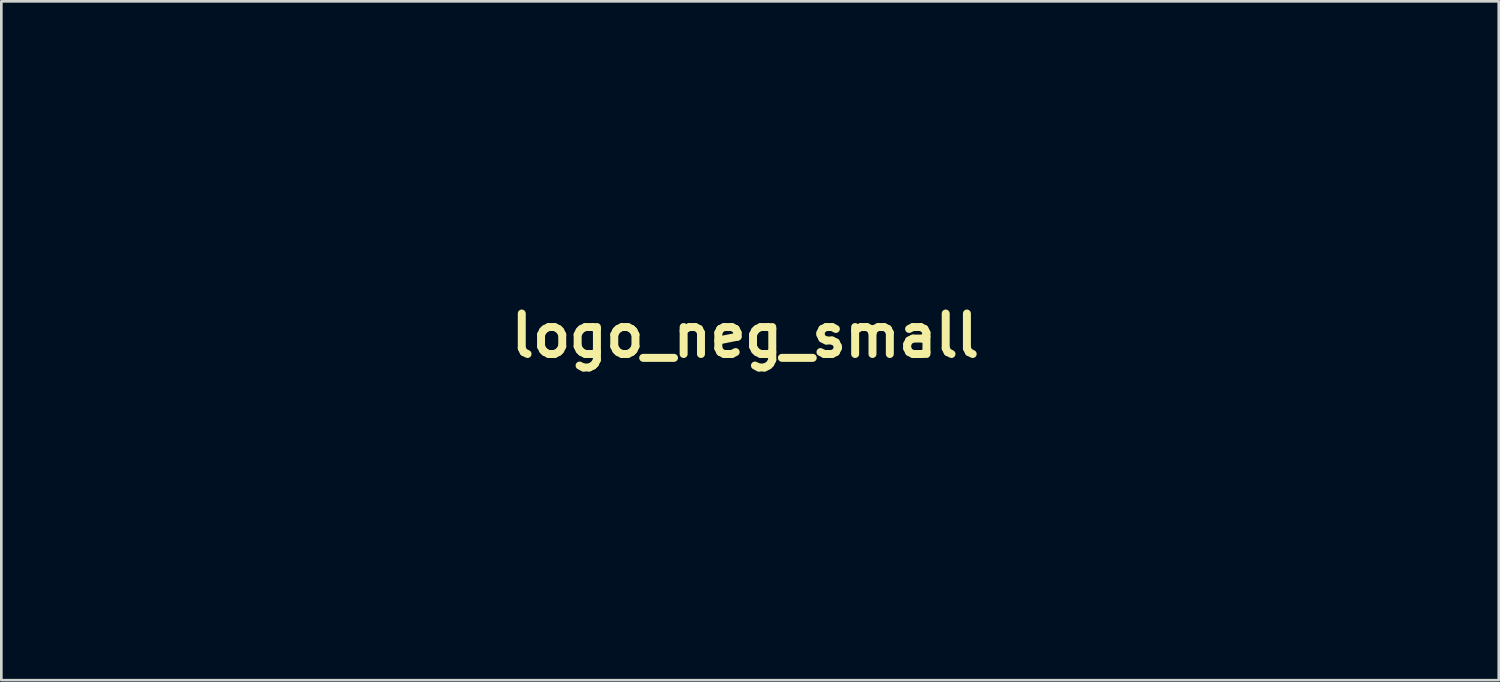
<source format=kicad_pcb>
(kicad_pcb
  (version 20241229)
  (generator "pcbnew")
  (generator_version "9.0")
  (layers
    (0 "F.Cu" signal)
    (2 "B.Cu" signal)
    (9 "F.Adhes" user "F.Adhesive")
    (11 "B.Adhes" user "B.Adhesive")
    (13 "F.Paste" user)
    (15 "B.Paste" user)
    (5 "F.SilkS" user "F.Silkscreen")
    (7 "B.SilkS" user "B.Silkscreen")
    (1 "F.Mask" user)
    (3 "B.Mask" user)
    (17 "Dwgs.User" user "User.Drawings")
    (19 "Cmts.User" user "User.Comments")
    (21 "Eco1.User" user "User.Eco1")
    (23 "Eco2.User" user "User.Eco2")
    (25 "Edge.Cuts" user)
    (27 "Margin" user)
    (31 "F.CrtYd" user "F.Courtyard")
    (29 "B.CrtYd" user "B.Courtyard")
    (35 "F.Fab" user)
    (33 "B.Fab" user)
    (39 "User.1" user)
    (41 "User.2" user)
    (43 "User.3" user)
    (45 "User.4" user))
  (footprint "logo_neg_small"
    (layer "F.Cu")
    (at 25.018 9.592)
    (property "Reference" "logo_neg_small" (at 0 0 0) (layer "F.SilkS") (effects (font (size 1.524 1.524) (thickness 0.3))))
    (attr through_hole)
    (fp_poly (pts (xy 6.585 -7.644) (xy 6.627 -7.225) (xy 6.585 -7.173) (xy 6.375 -7.222) (xy 6.35 -7.408) (xy 6.479 -7.699) (xy 6.585 -7.644)) (stroke (width 0.01) (type solid)) (fill no) (layer "Eco2.User"))
    (fp_poly (pts (xy 8.702 9.29) (xy 8.653 9.5) (xy 8.467 9.525) (xy 8.176 9.396) (xy 8.231 9.29) (xy 8.65 9.248) (xy 8.702 9.29)) (stroke (width 0.01) (type solid)) (fill no) (layer "Eco2.User"))
    (fp_poly (pts (xy 12.582 3.998) (xy 12.534 4.208) (xy 12.347 4.233) (xy 12.057 4.104) (xy 12.112 3.998) (xy 12.531 3.956) (xy 12.582 3.998)) (stroke (width 0.01) (type solid)) (fill no) (layer "Eco2.User"))
    (fp_poly (pts (xy 7.347 -0.776) (xy 7.408 -0.529) (xy 7.126 -0.061) (xy 6.879 0) (xy 6.411 -0.282) (xy 6.35 -0.529) (xy 6.632 -0.997) (xy 6.879 -1.058) (xy 7.347 -0.776)) (stroke (width 0.01) (type solid)) (fill no) (layer "Eco2.User"))
    (fp_poly (pts (xy 8.074 -6.77) (xy 8.114 -6.526) (xy 7.923 -6.057) (xy 7.761 -5.997) (xy 7.448 -6.283) (xy 7.408 -6.526) (xy 7.599 -6.996) (xy 7.761 -7.056) (xy 8.074 -6.77)) (stroke (width 0.01) (type solid)) (fill no) (layer "Eco2.User"))
    (fp_poly (pts (xy 9.666 -5.871) (xy 9.701 -5.649) (xy 9.407 -5.154) (xy 9.052 -5) (xy 8.56 -5.073) (xy 8.528 -5.524) (xy 8.841 -6.03) (xy 9.319 -6.156) (xy 9.666 -5.871)) (stroke (width 0.01) (type solid)) (fill no) (layer "Eco2.User"))
    (fp_poly (pts (xy 9.818 7.952) (xy 9.878 8.114) (xy 9.592 8.427) (xy 9.349 8.467) (xy 8.879 8.276) (xy 8.819 8.114) (xy 9.105 7.801) (xy 9.349 7.761) (xy 9.818 7.952)) (stroke (width 0.01) (type solid)) (fill no) (layer "Eco2.User"))
    (fp_poly (pts (xy 10.462 -0.842) (xy 10.407 -0.706) (xy 10.09 -0.369) (xy 10.033 -0.353) (xy 9.882 -0.626) (xy 9.878 -0.706) (xy 10.149 -1.045) (xy 10.251 -1.058) (xy 10.462 -0.842)) (stroke (width 0.01) (type solid)) (fill no) (layer "Eco2.User"))
    (fp_poly (pts (xy 10.922 -4.33) (xy 10.936 -4.233) (xy 10.816 -3.89) (xy 10.781 -3.881) (xy 10.479 -4.128) (xy 10.407 -4.233) (xy 10.435 -4.558) (xy 10.563 -4.586) (xy 10.922 -4.33)) (stroke (width 0.01) (type solid)) (fill no) (layer "Eco2.User"))
    (fp_poly (pts (xy 15.108 -8.89) (xy 15.169 -8.643) (xy 14.887 -8.175) (xy 14.64 -8.114) (xy 14.173 -8.396) (xy 14.111 -8.643) (xy 14.393 -9.111) (xy 14.64 -9.172) (xy 15.108 -8.89)) (stroke (width 0.01) (type solid)) (fill no) (layer "Eco2.User"))
    (fp_poly (pts (xy 15.11 8.999) (xy 15.169 9.151) (xy 14.936 9.612) (xy 14.484 9.722) (xy 14.337 9.633) (xy 14.122 9.121) (xy 14.5 8.83) (xy 14.64 8.819) (xy 15.11 8.999)) (stroke (width 0.01) (type solid)) (fill no) (layer "Eco2.User"))
    (fp_poly (pts (xy 15.159 -5.729) (xy 15.169 -5.644) (xy 14.901 -5.302) (xy 14.817 -5.292) (xy 14.474 -5.56) (xy 14.464 -5.644) (xy 14.732 -5.987) (xy 14.817 -5.997) (xy 15.159 -5.729)) (stroke (width 0.01) (type solid)) (fill no) (layer "Eco2.User"))
    (fp_poly (pts (xy 15.159 6.971) (xy 15.169 7.056) (xy 14.901 7.398) (xy 14.817 7.408) (xy 14.474 7.14) (xy 14.464 7.056) (xy 14.732 6.713) (xy 14.817 6.703) (xy 15.159 6.971)) (stroke (width 0.01) (type solid)) (fill no) (layer "Eco2.User"))
    (fp_poly (pts (xy 16.581 -2.999) (xy 16.917 -2.682) (xy 16.933 -2.625) (xy 16.66 -2.473) (xy 16.581 -2.469) (xy 16.241 -2.741) (xy 16.228 -2.843) (xy 16.444 -3.054) (xy 16.581 -2.999)) (stroke (width 0.01) (type solid)) (fill no) (layer "Eco2.User"))
    (fp_poly (pts (xy 18.283 -3.951) (xy 18.344 -3.704) (xy 18.13 -3.218) (xy 17.642 -3.306) (xy 17.521 -3.41) (xy 17.297 -3.927) (xy 17.664 -4.222) (xy 17.815 -4.233) (xy 18.283 -3.951)) (stroke (width 0.01) (type solid)) (fill no) (layer "Eco2.User"))
    (fp_poly (pts (xy 9.924 5.353) (xy 10.054 5.816) (xy 9.795 6.419) (xy 9.227 6.674) (xy 8.714 6.48) (xy 8.504 5.951) (xy 8.467 5.561) (xy 8.657 5.057) (xy 9.26 5.003) (xy 9.924 5.353)) (stroke (width 0.01) (type solid)) (fill no) (layer "Eco2.User"))
    (fp_poly (pts (xy 14.76 3.7) (xy 14.856 3.779) (xy 15.054 4.336) (xy 14.797 4.827) (xy 14.464 4.939) (xy 14.011 4.682) (xy 13.916 4.555) (xy 13.875 4.017) (xy 14.248 3.656) (xy 14.76 3.7)) (stroke (width 0.01) (type solid)) (fill no) (layer "Eco2.User"))
    (fp_poly (pts (xy 8.026 -9.107) (xy 8.782 -8.851) (xy 8.996 -8.29) (xy 8.762 -7.713) (xy 8.026 -7.473) (xy 7.323 -7.486) (xy 7.076 -7.882) (xy 7.056 -8.29) (xy 7.154 -8.952) (xy 7.596 -9.137) (xy 8.026 -9.107)) (stroke (width 0.01) (type solid)) (fill no) (layer "Eco2.User"))
    (fp_poly (pts (xy -6.113 3.799) (xy -6.045 4.497) (xy -6.062 4.788) (xy -6.223 5.678) (xy -6.48 6.201) (xy -6.544 6.241) (xy -6.771 6.025) (xy -6.783 5.235) (xy -6.77 5.118) (xy -6.571 4.154) (xy -6.32 3.699) (xy -6.113 3.799)) (stroke (width 0.01) (type solid)) (fill no) (layer "Eco2.User"))
    (fp_poly (pts (xy 8.158 6.79) (xy 8.434 7.203) (xy 8.467 7.761) (xy 8.379 8.511) (xy 7.967 8.787) (xy 7.408 8.819) (xy 6.659 8.732) (xy 6.382 8.32) (xy 6.35 7.761) (xy 6.437 7.011) (xy 6.85 6.735) (xy 7.408 6.703) (xy 8.158 6.79)) (stroke (width 0.01) (type solid)) (fill no) (layer "Eco2.User"))
    (fp_poly (pts (xy 13.802 0.793) (xy 14.079 1.205) (xy 14.111 1.764) (xy 14.024 2.514) (xy 13.611 2.79) (xy 13.053 2.822) (xy 12.303 2.735) (xy 12.027 2.322) (xy 11.994 1.764) (xy 12.082 1.014) (xy 12.494 0.738) (xy 13.053 0.706) (xy 13.802 0.793)) (stroke (width 0.01) (type solid)) (fill no) (layer "Eco2.User"))
    (fp_poly (pts (xy 18.256 -2.757) (xy 19.012 -2.505) (xy 19.316 -1.837) (xy 19.338 -1.676) (xy 19.335 -0.997) (xy 18.975 -0.74) (xy 18.368 -0.706) (xy 17.608 -0.788) (xy 17.323 -1.183) (xy 17.286 -1.787) (xy 17.359 -2.536) (xy 17.708 -2.782) (xy 18.256 -2.757)) (stroke (width 0.01) (type solid)) (fill no) (layer "Eco2.User"))
    (fp_poly (pts (xy -7.775 3.84) (xy -7.917 4.453) (xy -8.171 5.099) (xy -8.581 5.828) (xy -8.858 5.882) (xy -9.02 5.249) (xy -9.064 4.684) (xy -9.06 3.889) (xy -8.918 3.746) (xy -8.8 3.892) (xy -8.476 4.23) (xy -8.157 3.937) (xy -8.119 3.881) (xy -7.84 3.6) (xy -7.775 3.84)) (stroke (width 0.01) (type solid)) (fill no) (layer "Eco2.User"))
    (fp_poly (pts (xy 0.534 -2.176) (xy 0.691 -1.472) (xy 0.74 -0.471) (xy 0.686 0.63) (xy 0.532 1.631) (xy 0.283 2.332) (xy 0.16 2.483) (xy -0.117 2.643) (xy -0.269 2.469) (xy -0.319 1.846) (xy -0.293 0.658) (xy -0.281 0.35) (xy -0.158 -1.201) (xy 0.057 -2.127) (xy 0.265 -2.382) (xy 0.534 -2.176)) (stroke (width 0.01) (type solid)) (fill no) (layer "Eco2.User"))
    (fp_poly (pts (xy 12.08 -8.046) (xy 13.176 -7.829) (xy 13.698 -7.305) (xy 13.725 -6.355) (xy 13.606 -5.793) (xy 13.304 -5.184) (xy 12.664 -4.956) (xy 12.223 -4.939) (xy 11.354 -5.004) (xy 10.833 -5.161) (xy 10.819 -5.174) (xy 10.667 -5.65) (xy 10.587 -6.533) (xy 10.583 -6.782) (xy 10.583 -8.154) (xy 12.08 -8.046)) (stroke (width 0.01) (type solid)) (fill no) (layer "Eco2.User"))
    (fp_poly (pts (xy 12.432 5.712) (xy 13.529 5.929) (xy 14.051 6.454) (xy 14.078 7.404) (xy 13.959 7.965) (xy 13.657 8.575) (xy 13.016 8.802) (xy 12.576 8.819) (xy 11.706 8.755) (xy 11.186 8.597) (xy 11.171 8.584) (xy 11.02 8.109) (xy 10.94 7.225) (xy 10.936 6.976) (xy 10.936 5.604) (xy 12.432 5.712)) (stroke (width 0.01) (type solid)) (fill no) (layer "Eco2.User"))
    (fp_poly (pts (xy 9.37 -4.196) (xy 9.772 -3.965) (xy 9.875 -3.363) (xy 9.878 -2.999) (xy 9.835 -2.208) (xy 9.571 -1.857) (xy 8.883 -1.767) (xy 8.467 -1.764) (xy 7.563 -1.801) (xy 7.162 -2.032) (xy 7.059 -2.634) (xy 7.056 -2.999) (xy 7.098 -3.789) (xy 7.362 -4.14) (xy 8.05 -4.231) (xy 8.467 -4.233) (xy 9.37 -4.196)) (stroke (width 0.01) (type solid)) (fill no) (layer "Eco2.User"))
    (fp_poly (pts (xy 4.658 3.865) (xy 4.938 4.528) (xy 4.939 4.575) (xy 4.681 5.125) (xy 4.109 5.302) (xy 3.523 5.075) (xy 3.293 4.739) (xy 3.299 4.389) (xy 3.881 4.389) (xy 4.065 4.872) (xy 4.233 4.939) (xy 4.576 4.686) (xy 4.586 4.607) (xy 4.33 4.129) (xy 4.233 4.057) (xy 3.931 4.137) (xy 3.881 4.389) (xy 3.299 4.389) (xy 3.304 4.057) (xy 3.457 3.81) (xy 4.073 3.578) (xy 4.658 3.865)) (stroke (width 0.01) (type solid)) (fill no) (layer "Eco2.User"))
    (fp_poly (pts (xy -11.019 3.024) (xy -10.486 3.463) (xy -10.116 3.641) (xy -9.629 4.112) (xy -9.591 4.493) (xy -9.966 5.051) (xy -10.594 5.253) (xy -11.042 5.069) (xy -11.203 4.607) (xy -10.936 4.607) (xy -10.667 4.929) (xy -10.583 4.939) (xy -10.274 4.652) (xy -10.231 4.389) (xy -10.402 4.024) (xy -10.583 4.057) (xy -10.923 4.508) (xy -10.936 4.607) (xy -11.203 4.607) (xy -11.215 4.571) (xy -11.283 3.734) (xy -11.211 3.099) (xy -11.043 2.994) (xy -11.019 3.024)) (stroke (width 0.01) (type solid)) (fill no) (layer "Eco2.User"))
    (fp_poly (pts (xy 25.299 -1.66) (xy 25.351 -1.007) (xy 25.37 -0.151) (xy 25.121 2.51) (xy 24.285 4.801) (xy 22.845 6.764) (xy 22.808 6.802) (xy 20.902 8.399) (xy 18.836 9.382) (xy 17.352 9.732) (xy 15.875 9.968) (xy 15.875 6.516) (xy 17.604 5.901) (xy 19.278 5.024) (xy 20.635 3.766) (xy 21.516 2.292) (xy 21.718 1.595) (xy 21.963 0.746) (xy 22.387 0.4) (xy 22.882 0.347) (xy 24.021 0.155) (xy 24.719 -0.499) (xy 25.032 -1.265) (xy 25.2 -1.724) (xy 25.299 -1.66)) (stroke (width 0.01) (type solid)) (fill no) (layer "Eco2.User"))
    (fp_poly (pts (xy 17.374 -9.337) (xy 18.71 -9) (xy 20.025 -8.501) (xy 20.187 -8.422) (xy 21.121 -7.84) (xy 22.134 -7.046) (xy 23.061 -6.192) (xy 23.735 -5.433) (xy 23.989 -4.927) (xy 23.674 -4.722) (xy 22.879 -4.601) (xy 22.43 -4.586) (xy 21.364 -4.55) (xy 20.563 -4.46) (xy 20.402 -4.42) (xy 19.782 -4.485) (xy 19.237 -4.78) (xy 18.43 -5.224) (xy 17.361 -5.622) (xy 17.209 -5.665) (xy 16.422 -5.911) (xy 16.028 -6.241) (xy 15.891 -6.873) (xy 15.875 -7.806) (xy 15.875 -9.587) (xy 17.374 -9.337)) (stroke (width 0.01) (type solid)) (fill no) (layer "Eco2.User"))
    (fp_poly (pts (xy -21.266 -2.438) (xy -21.212 -2.238) (xy -21.393 -1.716) (xy -21.838 -0.714) (xy -21.864 -0.656) (xy -22.293 0.489) (xy -22.544 1.546) (xy -22.57 1.852) (xy -22.712 2.635) (xy -23.084 2.806) (xy -23.401 2.587) (xy -23.585 2.083) (xy -23.636 1.515) (xy -23.795 0.675) (xy -24.192 -0.392) (xy -24.342 -0.706) (xy -24.833 -1.709) (xy -25.013 -2.24) (xy -24.911 -2.444) (xy -24.703 -2.469) (xy -24.338 -2.184) (xy -23.855 -1.475) (xy -23.717 -1.219) (xy -23.076 0.031) (xy -22.48 -1.219) (xy -22.017 -2.016) (xy -21.606 -2.446) (xy -21.525 -2.469) (xy -21.266 -2.438)) (stroke (width 0.01) (type solid)) (fill no) (layer "Eco2.User"))
    (fp_poly (pts (xy 2.354 3.295) (xy 2.557 3.782) (xy 2.625 4.492) (xy 2.554 5.099) (xy 2.393 5.292) (xy 2.133 5.013) (xy 2.117 4.868) (xy 2.013 4.623) (xy 1.693 4.868) (xy 1.05 5.252) (xy 0.526 5.173) (xy 0.353 4.763) (xy 0.706 4.763) (xy 0.882 4.939) (xy 1.058 4.763) (xy 0.882 4.586) (xy 0.706 4.763) (xy 0.353 4.763) (xy 0.59 4.291) (xy 0.794 4.228) (xy 0.977 4.106) (xy 0.706 3.881) (xy 0.36 3.605) (xy 0.638 3.535) (xy 0.723 3.533) (xy 1.446 3.762) (xy 1.693 3.951) (xy 2.029 4.149) (xy 2.117 3.716) (xy 2.216 3.281) (xy 2.354 3.295)) (stroke (width 0.01) (type solid)) (fill no) (layer "Eco2.User"))
    (fp_poly (pts (xy -11.13 -2.088) (xy -10.901 -1.908) (xy -10.353 -0.988) (xy -10.222 0.205) (xy -10.502 1.381) (xy -11.003 2.103) (xy -12.13 2.716) (xy -13.391 2.721) (xy -14.458 2.193) (xy -15.099 1.265) (xy -15.291 0.071) (xy -14.264 0.071) (xy -13.998 1.127) (xy -13.66 1.676) (xy -12.964 2.079) (xy -12.118 1.972) (xy -11.712 1.693) (xy -11.352 0.946) (xy -11.278 -0.071) (xy -11.469 -1.056) (xy -11.902 -1.709) (xy -11.969 -1.75) (xy -12.896 -1.959) (xy -13.637 -1.624) (xy -14.119 -0.896) (xy -14.264 0.071) (xy -15.291 0.071) (xy -15.292 0.064) (xy -15.029 -1.13) (xy -14.558 -1.827) (xy -13.516 -2.418) (xy -12.273 -2.508) (xy -11.13 -2.088)) (stroke (width 0.01) (type solid)) (fill no) (layer "Eco2.User"))
    (fp_poly (pts (xy -17.64 -2.232) (xy -17.527 -2.028) (xy -17.306 -1.49) (xy -16.911 -0.514) (xy -16.457 0.617) (xy -16.021 1.855) (xy -15.88 2.603) (xy -16.021 2.814) (xy -16.433 2.44) (xy -16.789 1.94) (xy -17.632 1.196) (xy -18.328 1.058) (xy -19.225 1.311) (xy -19.691 1.94) (xy -20.124 2.599) (xy -20.517 2.814) (xy -20.706 2.559) (xy -20.626 2.082) (xy -19.982 0.319) (xy -19.871 0.089) (xy -18.857 0.089) (xy -18.691 0.326) (xy -18.337 0.353) (xy -17.779 0.241) (xy -17.664 0.088) (xy -17.802 -0.432) (xy -17.945 -0.827) (xy -18.158 -1.216) (xy -18.382 -1.041) (xy -18.618 -0.563) (xy -18.857 0.089) (xy -19.871 0.089) (xy -19.31 -1.062) (xy -18.662 -1.993) (xy -18.088 -2.406) (xy -17.64 -2.232)) (stroke (width 0.01) (type solid)) (fill no) (layer "Eco2.User"))
    (fp_poly (pts (xy -5.53 -2.321) (xy -5.365 -1.79) (xy -5.298 -0.744) (xy -5.292 -0.071) (xy -5.39 1.619) (xy -5.696 2.67) (xy -6.224 3.124) (xy -6.509 3.147) (xy -6.68 3.055) (xy -6.51 2.965) (xy -6.3 2.549) (xy -6.269 1.729) (xy -6.284 1.582) (xy -6.454 0.749) (xy -6.83 0.41) (xy -7.447 0.353) (xy -8.127 0.423) (xy -8.41 0.775) (xy -8.467 1.617) (xy -8.566 2.509) (xy -8.871 2.744) (xy -8.908 2.734) (xy -9.184 2.283) (xy -9.326 1.152) (xy -9.349 0.176) (xy -9.283 -1.354) (xy -9.085 -2.2) (xy -8.908 -2.381) (xy -8.563 -2.209) (xy -8.467 -1.617) (xy -8.358 -0.967) (xy -7.889 -0.729) (xy -7.408 -0.706) (xy -6.652 -0.8) (xy -6.375 -1.204) (xy -6.35 -1.587) (xy -6.166 -2.297) (xy -5.821 -2.469) (xy -5.53 -2.321)) (stroke (width 0.01) (type solid)) (fill no) (layer "Eco2.User"))
    (fp_poly (pts (xy 4.115 -2.18) (xy 4.528 -1.373) (xy 4.747 -0.576) (xy 4.969 -0.194) (xy 5.21 0.384) (xy 5.292 1.116) (xy 5.003 2.05) (xy 4.278 2.639) (xy 3.334 2.815) (xy 2.384 2.509) (xy 1.995 2.177) (xy 1.554 1.212) (xy 1.464 0.262) (xy 2.159 0.262) (xy 2.338 0.887) (xy 2.461 1.212) (xy 2.977 1.96) (xy 3.64 2.046) (xy 4.233 1.587) (xy 4.436 0.932) (xy 4.075 0.355) (xy 3.289 0.025) (xy 2.955 0) (xy 2.338 0.032) (xy 2.159 0.262) (xy 1.464 0.262) (xy 1.411 -0.304) (xy 1.449 -1.294) (xy 2.178 -1.294) (xy 2.236 -0.822) (xy 2.779 -0.752) (xy 2.879 -0.765) (xy 3.515 -1.048) (xy 3.704 -1.411) (xy 3.457 -1.843) (xy 2.916 -1.921) (xy 2.385 -1.669) (xy 2.178 -1.294) (xy 1.449 -1.294) (xy 1.454 -1.419) (xy 1.634 -2.036) (xy 2.027 -2.361) (xy 2.205 -2.435) (xy 3.276 -2.565) (xy 4.115 -2.18)) (stroke (width 0.01) (type solid)) (fill no) (layer "Eco2.User"))
    (fp_poly (pts (xy 24.342 -0.353) (xy 22.632 -0.353) (xy 21.199 -0.194) (xy 20.304 0.347) (xy 19.855 1.365) (xy 19.756 2.604) (xy 19.756 4.27) (xy 17.903 4.164) (xy 16.051 4.057) (xy 15.941 2.302) (xy 15.804 1.187) (xy 15.583 0.337) (xy 15.456 0.097) (xy 14.856 -0.192) (xy 13.854 -0.33) (xy 12.737 -0.314) (xy 11.793 -0.147) (xy 11.355 0.097) (xy 11.115 0.696) (xy 10.926 1.711) (xy 10.87 2.302) (xy 10.76 4.057) (xy 8.889 4.164) (xy 7.017 4.272) (xy 7.125 2.4) (xy 7.232 0.529) (xy 8.813 0.417) (xy 10.137 0.222) (xy 10.9 -0.205) (xy 11.236 -0.986) (xy 11.289 -1.778) (xy 11.352 -3.07) (xy 11.627 -3.811) (xy 12.246 -4.149) (xy 13.339 -4.233) (xy 13.443 -4.233) (xy 15.169 -4.233) (xy 15.169 -2.524) (xy 15.334 -1.079) (xy 15.889 -0.18) (xy 16.925 0.264) (xy 18.064 0.353) (xy 19.254 0.256) (xy 19.975 -0.128) (xy 20.357 -0.936) (xy 20.527 -2.302) (xy 20.637 -4.057) (xy 22.49 -4.164) (xy 24.342 -4.27) (xy 24.342 -0.353)) (stroke (width 0.01) (type solid)) (fill no) (layer "Eco2.User"))
    (fp_poly (pts (xy -4.03 -2.306) (xy -3.881 -1.607) (xy -3.881 -1.587) (xy -3.833 -0.94) (xy -3.6 -0.766) (xy -3.044 -1.055) (xy -2.459 -1.474) (xy -1.67 -1.919) (xy -1.185 -1.965) (xy -1.123 -1.676) (xy -1.607 -1.116) (xy -1.676 -1.06) (xy -2.252 -0.532) (xy -2.404 -0.074) (xy -2.124 0.532) (xy -1.586 1.268) (xy -1.085 2.074) (xy -1 2.58) (xy -1.057 2.645) (xy -1.397 3.093) (xy -1.205 3.465) (xy -0.92 3.528) (xy -0.397 3.818) (xy -0.113 4.446) (xy -0.196 4.971) (xy -0.675 5.24) (xy -1.079 5.292) (xy -1.546 5.151) (xy -1.739 4.608) (xy -1.739 4.607) (xy -1.411 4.607) (xy -1.142 4.929) (xy -1.058 4.939) (xy -0.749 4.652) (xy -0.706 4.389) (xy -0.877 4.024) (xy -1.058 4.057) (xy -1.398 4.508) (xy -1.411 4.607) (xy -1.739 4.607) (xy -1.764 4.01) (xy -1.903 3.078) (xy -2.254 2.075) (xy -2.717 1.194) (xy -3.193 0.627) (xy -3.558 0.548) (xy -3.797 1.033) (xy -3.866 1.86) (xy -3.757 2.684) (xy -3.611 3.024) (xy -3.075 3.467) (xy -2.734 3.631) (xy -2.212 4.094) (xy -2.183 4.712) (xy -2.65 5.166) (xy -3.346 5.136) (xy -3.709 4.935) (xy -4.143 4.701) (xy -4.233 4.896) (xy -4.528 5.217) (xy -4.939 5.292) (xy -5.512 5.151) (xy -5.644 4.956) (xy -5.488 4.704) (xy -5.174 4.704) (xy -5.126 4.913) (xy -4.939 4.939) (xy -4.649 4.81) (xy -4.704 4.704) (xy -5.122 4.661) (xy -5.174 4.704) (xy -5.488 4.704) (xy -5.376 4.524) (xy -5.306 4.471) (xy -3.378 4.471) (xy -3.096 4.855) (xy -2.801 4.939) (xy -2.476 4.702) (xy -2.469 4.645) (xy -2.7 4.134) (xy -3.177 4.063) (xy -3.23 4.091) (xy -3.378 4.471) (xy -5.306 4.471) (xy -5.027 4.262) (xy -4.666 3.976) (xy -4.909 3.891) (xy -5.23 3.763) (xy -5.183 3.654) (xy -4.768 3.659) (xy -4.418 3.873) (xy -4 4.113) (xy -3.882 3.748) (xy -3.881 3.614) (xy -4.131 2.807) (xy -4.41 2.469) (xy -4.715 1.867) (xy -4.902 0.833) (xy -4.953 -0.368) (xy -4.847 -1.469) (xy -4.725 -1.911) (xy -4.362 -2.427) (xy -4.03 -2.306)) (stroke (width 0.01) (type solid)) (fill no) (layer "Eco2.User")))
  (gr_rect
    (start -3 -3)
    (end 53.393 22.565)
    (stroke (width 0.1) (type default))
    (fill no)
    (layer "Edge.Cuts")))
</source>
